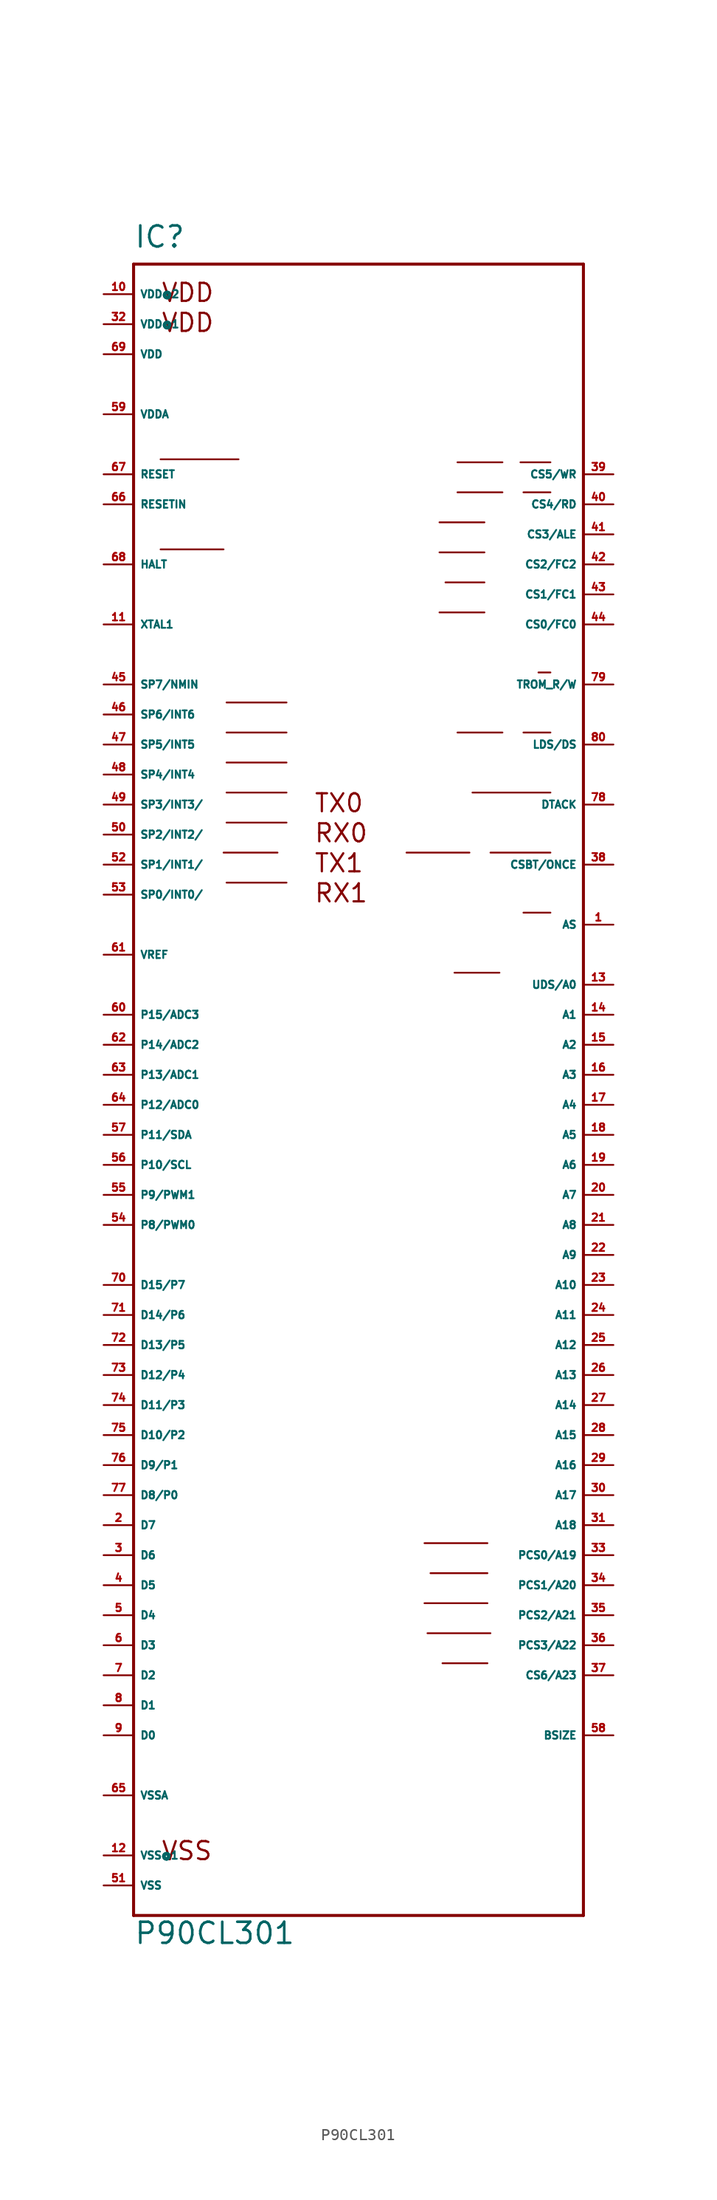
<source format=kicad_sym>
(kicad_symbol_lib
  (version 20220914)
  (generator Eagle2Kicad)
  (symbol "P90CL301"
    (property "Reference" "IC"
      (at -17.78 74.93 0)
      (effects (font (size 1.778 1.778) (thickness 0.22)) (justify left bottom)))
    (property "Value" "P90CL301"
      (at -17.78 -68.58 0)
      (effects (font (size 1.778 1.778) (thickness 0.22)) (justify left bottom)))
    (polyline
      (pts (xy -17.78 73.66) (xy 20.32 73.66))
      (stroke (width 0.254) (type default))
      (fill (type none)))
    (polyline
      (pts (xy 20.32 73.66) (xy 20.32 -66.04))
      (stroke (width 0.254) (type default))
      (fill (type none)))
    (polyline
      (pts (xy 20.32 -66.04) (xy -17.78 -66.04))
      (stroke (width 0.254) (type default))
      (fill (type none)))
    (polyline
      (pts (xy -17.78 -66.04) (xy -17.78 73.66))
      (stroke (width 0.254) (type default))
      (fill (type none)))
    (polyline
      (pts (xy -15.494 57.15) (xy -8.89 57.15))
      (stroke (width 0.152) (type default))
      (fill (type none)))
    (polyline
      (pts (xy -15.494 49.53) (xy -10.16 49.53))
      (stroke (width 0.152) (type default))
      (fill (type none)))
    (polyline
      (pts (xy -9.906 34.036) (xy -4.826 34.036))
      (stroke (width 0.152) (type default))
      (fill (type none)))
    (polyline
      (pts (xy -9.906 36.576) (xy -4.826 36.576))
      (stroke (width 0.152) (type default))
      (fill (type none)))
    (polyline
      (pts (xy -9.906 31.496) (xy -4.826 31.496))
      (stroke (width 0.152) (type default))
      (fill (type none)))
    (polyline
      (pts (xy -9.906 28.956) (xy -4.826 28.956))
      (stroke (width 0.152) (type default))
      (fill (type none)))
    (polyline
      (pts (xy -9.906 26.416) (xy -4.826 26.416))
      (stroke (width 0.152) (type default))
      (fill (type none)))
    (polyline
      (pts (xy -10.16 23.876) (xy -5.588 23.876))
      (stroke (width 0.152) (type default))
      (fill (type none)))
    (polyline
      (pts (xy -9.906 21.336) (xy -4.826 21.336))
      (stroke (width 0.152) (type default))
      (fill (type none)))
    (polyline
      (pts (xy 9.652 56.896) (xy 13.462 56.896))
      (stroke (width 0.152) (type default))
      (fill (type none)))
    (polyline
      (pts (xy 9.652 54.356) (xy 13.462 54.356))
      (stroke (width 0.152) (type default))
      (fill (type none)))
    (polyline
      (pts (xy 8.128 51.816) (xy 11.938 51.816))
      (stroke (width 0.152) (type default))
      (fill (type none)))
    (polyline
      (pts (xy 8.128 49.276) (xy 11.938 49.276))
      (stroke (width 0.152) (type default))
      (fill (type none)))
    (polyline
      (pts (xy 8.636 46.736) (xy 11.938 46.736))
      (stroke (width 0.152) (type default))
      (fill (type none)))
    (polyline
      (pts (xy 8.128 44.196) (xy 11.938 44.196))
      (stroke (width 0.152) (type default))
      (fill (type none)))
    (polyline
      (pts (xy 16.51 39.116) (xy 17.526 39.116))
      (stroke (width 0.152) (type default))
      (fill (type none)))
    (polyline
      (pts (xy 9.652 34.036) (xy 13.462 34.036))
      (stroke (width 0.152) (type default))
      (fill (type none)))
    (polyline
      (pts (xy 10.922 28.956) (xy 17.526 28.956))
      (stroke (width 0.152) (type default))
      (fill (type none)))
    (polyline
      (pts (xy 5.334 23.876) (xy 10.668 23.876))
      (stroke (width 0.152) (type default))
      (fill (type none)))
    (polyline
      (pts (xy 15.24 18.796) (xy 17.526 18.796))
      (stroke (width 0.152) (type default))
      (fill (type none)))
    (polyline
      (pts (xy 12.192 -44.704) (xy 8.382 -44.704))
      (stroke (width 0.152) (type default))
      (fill (type none)))
    (polyline
      (pts (xy 12.446 23.876) (xy 17.526 23.876))
      (stroke (width 0.152) (type default))
      (fill (type none)))
    (polyline
      (pts (xy 12.446 -42.164) (xy 7.112 -42.164))
      (stroke (width 0.152) (type default))
      (fill (type none)))
    (polyline
      (pts (xy 12.192 -39.624) (xy 6.858 -39.624))
      (stroke (width 0.152) (type default))
      (fill (type none)))
    (polyline
      (pts (xy 12.192 -37.084) (xy 7.366 -37.084))
      (stroke (width 0.152) (type default))
      (fill (type none)))
    (polyline
      (pts (xy 12.192 -34.544) (xy 6.858 -34.544))
      (stroke (width 0.152) (type default))
      (fill (type none)))
    (polyline
      (pts (xy 14.986 56.896) (xy 17.526 56.896))
      (stroke (width 0.152) (type default))
      (fill (type none)))
    (polyline
      (pts (xy 15.24 54.356) (xy 17.526 54.356))
      (stroke (width 0.152) (type default))
      (fill (type none)))
    (polyline
      (pts (xy 15.24 34.036) (xy 17.526 34.036))
      (stroke (width 0.152) (type default))
      (fill (type none)))
    (polyline
      (pts (xy 13.208 13.716) (xy 9.398 13.716))
      (stroke (width 0.152) (type default))
      (fill (type none)))
    (text "TX0"
      (at -2.54 27.178 0)
      (effects (font (size 1.524 1.524) (thickness 0.19)) (justify left bottom)))
    (text "RX0"
      (at -2.54 24.638 0)
      (effects (font (size 1.524 1.524) (thickness 0.19)) (justify left bottom)))
    (text "TX1"
      (at -2.54 22.098 0)
      (effects (font (size 1.524 1.524) (thickness 0.19)) (justify left bottom)))
    (text "RX1"
      (at -2.54 19.558 0)
      (effects (font (size 1.524 1.524) (thickness 0.19)) (justify left bottom)))
    (text "VSS"
      (at -15.494 -61.468 0)
      (effects (font (size 1.524 1.524) (thickness 0.19)) (justify left bottom)))
    (text "VDD "
      (at -15.494 67.818 0)
      (effects (font (size 1.524 1.524) (thickness 0.19)) (justify left bottom)))
    (text "VDD  "
      (at -15.494 70.358 0)
      (effects (font (size 1.524 1.524) (thickness 0.19)) (justify left bottom)))
    (pin bidirectional line
      (at -20.32 48.26 0)
      (length 2.54)
      (name "HALT" (effects (font (size 0.635 0.635) (thickness 0.08)) (justify left bottom)))
      (number "68" (effects (font (size 0.635 0.635) (thickness 0.08)) (justify left bottom))))
    (pin bidirectional line
      (at -20.32 55.88 0)
      (length 2.54)
      (name "RESET" (effects (font (size 0.635 0.635) (thickness 0.08)) (justify left bottom)))
      (number "67" (effects (font (size 0.635 0.635) (thickness 0.08)) (justify left bottom))))
    (pin input line
      (at -20.32 53.34 0)
      (length 2.54)
      (name "RESETIN" (effects (font (size 0.635 0.635) (thickness 0.08)) (justify left bottom)))
      (number "66" (effects (font (size 0.635 0.635) (thickness 0.08)) (justify left bottom))))
    (pin input line
      (at -20.32 43.18 0)
      (length 2.54)
      (name "XTAL1" (effects (font (size 0.635 0.635) (thickness 0.08)) (justify left bottom)))
      (number "11" (effects (font (size 0.635 0.635) (thickness 0.08)) (justify left bottom))))
    (pin bidirectional line
      (at -20.32 20.32 0)
      (length 2.54)
      (name "SP0/INT0/" (effects (font (size 0.635 0.635) (thickness 0.08)) (justify left bottom)))
      (number "53" (effects (font (size 0.635 0.635) (thickness 0.08)) (justify left bottom))))
    (pin bidirectional line
      (at -20.32 22.86 0)
      (length 2.54)
      (name "SP1/INT1/" (effects (font (size 0.635 0.635) (thickness 0.08)) (justify left bottom)))
      (number "52" (effects (font (size 0.635 0.635) (thickness 0.08)) (justify left bottom))))
    (pin bidirectional line
      (at -20.32 25.4 0)
      (length 2.54)
      (name "SP2/INT2/" (effects (font (size 0.635 0.635) (thickness 0.08)) (justify left bottom)))
      (number "50" (effects (font (size 0.635 0.635) (thickness 0.08)) (justify left bottom))))
    (pin bidirectional line
      (at -20.32 27.94 0)
      (length 2.54)
      (name "SP3/INT3/" (effects (font (size 0.635 0.635) (thickness 0.08)) (justify left bottom)))
      (number "49" (effects (font (size 0.635 0.635) (thickness 0.08)) (justify left bottom))))
    (pin bidirectional line
      (at -20.32 30.48 0)
      (length 2.54)
      (name "SP4/INT4" (effects (font (size 0.635 0.635) (thickness 0.08)) (justify left bottom)))
      (number "48" (effects (font (size 0.635 0.635) (thickness 0.08)) (justify left bottom))))
    (pin bidirectional line
      (at -20.32 33.02 0)
      (length 2.54)
      (name "SP5/INT5" (effects (font (size 0.635 0.635) (thickness 0.08)) (justify left bottom)))
      (number "47" (effects (font (size 0.635 0.635) (thickness 0.08)) (justify left bottom))))
    (pin bidirectional line
      (at -20.32 35.56 0)
      (length 2.54)
      (name "SP6/INT6" (effects (font (size 0.635 0.635) (thickness 0.08)) (justify left bottom)))
      (number "46" (effects (font (size 0.635 0.635) (thickness 0.08)) (justify left bottom))))
    (pin bidirectional line
      (at -20.32 38.1 0)
      (length 2.54)
      (name "SP7/NMIN" (effects (font (size 0.635 0.635) (thickness 0.08)) (justify left bottom)))
      (number "45" (effects (font (size 0.635 0.635) (thickness 0.08)) (justify left bottom))))
    (pin bidirectional line
      (at -20.32 -7.62 0)
      (length 2.54)
      (name "P8/PWM0" (effects (font (size 0.635 0.635) (thickness 0.08)) (justify left bottom)))
      (number "54" (effects (font (size 0.635 0.635) (thickness 0.08)) (justify left bottom))))
    (pin bidirectional line
      (at -20.32 -5.08 0)
      (length 2.54)
      (name "P9/PWM1" (effects (font (size 0.635 0.635) (thickness 0.08)) (justify left bottom)))
      (number "55" (effects (font (size 0.635 0.635) (thickness 0.08)) (justify left bottom))))
    (pin bidirectional line
      (at -20.32 -2.54 0)
      (length 2.54)
      (name "P10/SCL" (effects (font (size 0.635 0.635) (thickness 0.08)) (justify left bottom)))
      (number "56" (effects (font (size 0.635 0.635) (thickness 0.08)) (justify left bottom))))
    (pin bidirectional line
      (at -20.32 0 0)
      (length 2.54)
      (name "P11/SDA" (effects (font (size 0.635 0.635) (thickness 0.08)) (justify left bottom)))
      (number "57" (effects (font (size 0.635 0.635) (thickness 0.08)) (justify left bottom))))
    (pin bidirectional line
      (at -20.32 2.54 0)
      (length 2.54)
      (name "P12/ADC0" (effects (font (size 0.635 0.635) (thickness 0.08)) (justify left bottom)))
      (number "64" (effects (font (size 0.635 0.635) (thickness 0.08)) (justify left bottom))))
    (pin bidirectional line
      (at -20.32 5.08 0)
      (length 2.54)
      (name "P13/ADC1" (effects (font (size 0.635 0.635) (thickness 0.08)) (justify left bottom)))
      (number "63" (effects (font (size 0.635 0.635) (thickness 0.08)) (justify left bottom))))
    (pin bidirectional line
      (at -20.32 7.62 0)
      (length 2.54)
      (name "P14/ADC2" (effects (font (size 0.635 0.635) (thickness 0.08)) (justify left bottom)))
      (number "62" (effects (font (size 0.635 0.635) (thickness 0.08)) (justify left bottom))))
    (pin bidirectional line
      (at -20.32 10.16 0)
      (length 2.54)
      (name "P15/ADC3" (effects (font (size 0.635 0.635) (thickness 0.08)) (justify left bottom)))
      (number "60" (effects (font (size 0.635 0.635) (thickness 0.08)) (justify left bottom))))
    (pin output line
      (at 22.86 12.7 180)
      (length 2.54)
      (name "UDS/A0" (effects (font (size 0.635 0.635) (thickness 0.08)) (justify left bottom)))
      (number "13" (effects (font (size 0.635 0.635) (thickness 0.08)) (justify left bottom))))
    (pin output line
      (at 22.86 10.16 180)
      (length 2.54)
      (name "A1" (effects (font (size 0.635 0.635) (thickness 0.08)) (justify left bottom)))
      (number "14" (effects (font (size 0.635 0.635) (thickness 0.08)) (justify left bottom))))
    (pin output line
      (at 22.86 7.62 180)
      (length 2.54)
      (name "A2" (effects (font (size 0.635 0.635) (thickness 0.08)) (justify left bottom)))
      (number "15" (effects (font (size 0.635 0.635) (thickness 0.08)) (justify left bottom))))
    (pin output line
      (at 22.86 5.08 180)
      (length 2.54)
      (name "A3" (effects (font (size 0.635 0.635) (thickness 0.08)) (justify left bottom)))
      (number "16" (effects (font (size 0.635 0.635) (thickness 0.08)) (justify left bottom))))
    (pin output line
      (at 22.86 2.54 180)
      (length 2.54)
      (name "A4" (effects (font (size 0.635 0.635) (thickness 0.08)) (justify left bottom)))
      (number "17" (effects (font (size 0.635 0.635) (thickness 0.08)) (justify left bottom))))
    (pin output line
      (at 22.86 0 180)
      (length 2.54)
      (name "A5" (effects (font (size 0.635 0.635) (thickness 0.08)) (justify left bottom)))
      (number "18" (effects (font (size 0.635 0.635) (thickness 0.08)) (justify left bottom))))
    (pin output line
      (at 22.86 -2.54 180)
      (length 2.54)
      (name "A6" (effects (font (size 0.635 0.635) (thickness 0.08)) (justify left bottom)))
      (number "19" (effects (font (size 0.635 0.635) (thickness 0.08)) (justify left bottom))))
    (pin output line
      (at 22.86 -5.08 180)
      (length 2.54)
      (name "A7" (effects (font (size 0.635 0.635) (thickness 0.08)) (justify left bottom)))
      (number "20" (effects (font (size 0.635 0.635) (thickness 0.08)) (justify left bottom))))
    (pin output line
      (at 22.86 -7.62 180)
      (length 2.54)
      (name "A8" (effects (font (size 0.635 0.635) (thickness 0.08)) (justify left bottom)))
      (number "21" (effects (font (size 0.635 0.635) (thickness 0.08)) (justify left bottom))))
    (pin output line
      (at 22.86 -10.16 180)
      (length 2.54)
      (name "A9" (effects (font (size 0.635 0.635) (thickness 0.08)) (justify left bottom)))
      (number "22" (effects (font (size 0.635 0.635) (thickness 0.08)) (justify left bottom))))
    (pin output line
      (at 22.86 -12.7 180)
      (length 2.54)
      (name "A10" (effects (font (size 0.635 0.635) (thickness 0.08)) (justify left bottom)))
      (number "23" (effects (font (size 0.635 0.635) (thickness 0.08)) (justify left bottom))))
    (pin output line
      (at 22.86 -15.24 180)
      (length 2.54)
      (name "A11" (effects (font (size 0.635 0.635) (thickness 0.08)) (justify left bottom)))
      (number "24" (effects (font (size 0.635 0.635) (thickness 0.08)) (justify left bottom))))
    (pin output line
      (at 22.86 -17.78 180)
      (length 2.54)
      (name "A12" (effects (font (size 0.635 0.635) (thickness 0.08)) (justify left bottom)))
      (number "25" (effects (font (size 0.635 0.635) (thickness 0.08)) (justify left bottom))))
    (pin output line
      (at 22.86 -20.32 180)
      (length 2.54)
      (name "A13" (effects (font (size 0.635 0.635) (thickness 0.08)) (justify left bottom)))
      (number "26" (effects (font (size 0.635 0.635) (thickness 0.08)) (justify left bottom))))
    (pin output line
      (at 22.86 -22.86 180)
      (length 2.54)
      (name "A14" (effects (font (size 0.635 0.635) (thickness 0.08)) (justify left bottom)))
      (number "27" (effects (font (size 0.635 0.635) (thickness 0.08)) (justify left bottom))))
    (pin output line
      (at 22.86 -25.4 180)
      (length 2.54)
      (name "A15" (effects (font (size 0.635 0.635) (thickness 0.08)) (justify left bottom)))
      (number "28" (effects (font (size 0.635 0.635) (thickness 0.08)) (justify left bottom))))
    (pin output line
      (at 22.86 -27.94 180)
      (length 2.54)
      (name "A16" (effects (font (size 0.635 0.635) (thickness 0.08)) (justify left bottom)))
      (number "29" (effects (font (size 0.635 0.635) (thickness 0.08)) (justify left bottom))))
    (pin output line
      (at 22.86 -30.48 180)
      (length 2.54)
      (name "A17" (effects (font (size 0.635 0.635) (thickness 0.08)) (justify left bottom)))
      (number "30" (effects (font (size 0.635 0.635) (thickness 0.08)) (justify left bottom))))
    (pin output line
      (at 22.86 -33.02 180)
      (length 2.54)
      (name "A18" (effects (font (size 0.635 0.635) (thickness 0.08)) (justify left bottom)))
      (number "31" (effects (font (size 0.635 0.635) (thickness 0.08)) (justify left bottom))))
    (pin output line
      (at 22.86 -35.56 180)
      (length 2.54)
      (name "PCS0/A19" (effects (font (size 0.635 0.635) (thickness 0.08)) (justify left bottom)))
      (number "33" (effects (font (size 0.635 0.635) (thickness 0.08)) (justify left bottom))))
    (pin output line
      (at 22.86 -38.1 180)
      (length 2.54)
      (name "PCS1/A20" (effects (font (size 0.635 0.635) (thickness 0.08)) (justify left bottom)))
      (number "34" (effects (font (size 0.635 0.635) (thickness 0.08)) (justify left bottom))))
    (pin output line
      (at 22.86 -40.64 180)
      (length 2.54)
      (name "PCS2/A21" (effects (font (size 0.635 0.635) (thickness 0.08)) (justify left bottom)))
      (number "35" (effects (font (size 0.635 0.635) (thickness 0.08)) (justify left bottom))))
    (pin output line
      (at 22.86 -43.18 180)
      (length 2.54)
      (name "PCS3/A22" (effects (font (size 0.635 0.635) (thickness 0.08)) (justify left bottom)))
      (number "36" (effects (font (size 0.635 0.635) (thickness 0.08)) (justify left bottom))))
    (pin output line
      (at 22.86 -45.72 180)
      (length 2.54)
      (name "CS6/A23" (effects (font (size 0.635 0.635) (thickness 0.08)) (justify left bottom)))
      (number "37" (effects (font (size 0.635 0.635) (thickness 0.08)) (justify left bottom))))
    (pin bidirectional line
      (at -20.32 -50.8 0)
      (length 2.54)
      (name "D0" (effects (font (size 0.635 0.635) (thickness 0.08)) (justify left bottom)))
      (number "9" (effects (font (size 0.635 0.635) (thickness 0.08)) (justify left bottom))))
    (pin bidirectional line
      (at -20.32 -48.26 0)
      (length 2.54)
      (name "D1" (effects (font (size 0.635 0.635) (thickness 0.08)) (justify left bottom)))
      (number "8" (effects (font (size 0.635 0.635) (thickness 0.08)) (justify left bottom))))
    (pin bidirectional line
      (at -20.32 -45.72 0)
      (length 2.54)
      (name "D2" (effects (font (size 0.635 0.635) (thickness 0.08)) (justify left bottom)))
      (number "7" (effects (font (size 0.635 0.635) (thickness 0.08)) (justify left bottom))))
    (pin bidirectional line
      (at -20.32 -43.18 0)
      (length 2.54)
      (name "D3" (effects (font (size 0.635 0.635) (thickness 0.08)) (justify left bottom)))
      (number "6" (effects (font (size 0.635 0.635) (thickness 0.08)) (justify left bottom))))
    (pin bidirectional line
      (at -20.32 -40.64 0)
      (length 2.54)
      (name "D4" (effects (font (size 0.635 0.635) (thickness 0.08)) (justify left bottom)))
      (number "5" (effects (font (size 0.635 0.635) (thickness 0.08)) (justify left bottom))))
    (pin bidirectional line
      (at -20.32 -38.1 0)
      (length 2.54)
      (name "D5" (effects (font (size 0.635 0.635) (thickness 0.08)) (justify left bottom)))
      (number "4" (effects (font (size 0.635 0.635) (thickness 0.08)) (justify left bottom))))
    (pin bidirectional line
      (at -20.32 -35.56 0)
      (length 2.54)
      (name "D6" (effects (font (size 0.635 0.635) (thickness 0.08)) (justify left bottom)))
      (number "3" (effects (font (size 0.635 0.635) (thickness 0.08)) (justify left bottom))))
    (pin bidirectional line
      (at -20.32 -33.02 0)
      (length 2.54)
      (name "D7" (effects (font (size 0.635 0.635) (thickness 0.08)) (justify left bottom)))
      (number "2" (effects (font (size 0.635 0.635) (thickness 0.08)) (justify left bottom))))
    (pin bidirectional line
      (at -20.32 -30.48 0)
      (length 2.54)
      (name "D8/P0" (effects (font (size 0.635 0.635) (thickness 0.08)) (justify left bottom)))
      (number "77" (effects (font (size 0.635 0.635) (thickness 0.08)) (justify left bottom))))
    (pin bidirectional line
      (at -20.32 -27.94 0)
      (length 2.54)
      (name "D9/P1" (effects (font (size 0.635 0.635) (thickness 0.08)) (justify left bottom)))
      (number "76" (effects (font (size 0.635 0.635) (thickness 0.08)) (justify left bottom))))
    (pin bidirectional line
      (at -20.32 -25.4 0)
      (length 2.54)
      (name "D10/P2" (effects (font (size 0.635 0.635) (thickness 0.08)) (justify left bottom)))
      (number "75" (effects (font (size 0.635 0.635) (thickness 0.08)) (justify left bottom))))
    (pin bidirectional line
      (at -20.32 -22.86 0)
      (length 2.54)
      (name "D11/P3" (effects (font (size 0.635 0.635) (thickness 0.08)) (justify left bottom)))
      (number "74" (effects (font (size 0.635 0.635) (thickness 0.08)) (justify left bottom))))
    (pin bidirectional line
      (at -20.32 -20.32 0)
      (length 2.54)
      (name "D12/P4" (effects (font (size 0.635 0.635) (thickness 0.08)) (justify left bottom)))
      (number "73" (effects (font (size 0.635 0.635) (thickness 0.08)) (justify left bottom))))
    (pin bidirectional line
      (at -20.32 -17.78 0)
      (length 2.54)
      (name "D13/P5" (effects (font (size 0.635 0.635) (thickness 0.08)) (justify left bottom)))
      (number "72" (effects (font (size 0.635 0.635) (thickness 0.08)) (justify left bottom))))
    (pin bidirectional line
      (at -20.32 -15.24 0)
      (length 2.54)
      (name "D14/P6" (effects (font (size 0.635 0.635) (thickness 0.08)) (justify left bottom)))
      (number "71" (effects (font (size 0.635 0.635) (thickness 0.08)) (justify left bottom))))
    (pin bidirectional line
      (at -20.32 -12.7 0)
      (length 2.54)
      (name "D15/P7" (effects (font (size 0.635 0.635) (thickness 0.08)) (justify left bottom)))
      (number "70" (effects (font (size 0.635 0.635) (thickness 0.08)) (justify left bottom))))
    (pin output line
      (at 22.86 17.78 180)
      (length 2.54)
      (name "AS" (effects (font (size 0.635 0.635) (thickness 0.08)) (justify left bottom)))
      (number "1" (effects (font (size 0.635 0.635) (thickness 0.08)) (justify left bottom))))
    (pin bidirectional line
      (at 22.86 38.1 180)
      (length 2.54)
      (name "TROM_R/W" (effects (font (size 0.635 0.635) (thickness 0.08)) (justify left bottom)))
      (number "79" (effects (font (size 0.635 0.635) (thickness 0.08)) (justify left bottom))))
    (pin output line
      (at 22.86 55.88 180)
      (length 2.54)
      (name "CS5/WR" (effects (font (size 0.635 0.635) (thickness 0.08)) (justify left bottom)))
      (number "39" (effects (font (size 0.635 0.635) (thickness 0.08)) (justify left bottom))))
    (pin output line
      (at 22.86 27.94 180)
      (length 2.54)
      (name "DTACK" (effects (font (size 0.635 0.635) (thickness 0.08)) (justify left bottom)))
      (number "78" (effects (font (size 0.635 0.635) (thickness 0.08)) (justify left bottom))))
    (pin output line
      (at 22.86 -50.8 180)
      (length 2.54)
      (name "BSIZE" (effects (font (size 0.635 0.635) (thickness 0.08)) (justify left bottom)))
      (number "58" (effects (font (size 0.635 0.635) (thickness 0.08)) (justify left bottom))))
    (pin passive line
      (at -20.32 15.24 0)
      (length 2.54)
      (name "VREF" (effects (font (size 0.635 0.635) (thickness 0.08)) (justify left bottom)))
      (number "61" (effects (font (size 0.635 0.635) (thickness 0.08)) (justify left bottom))))
    (pin output line
      (at 22.86 33.02 180)
      (length 2.54)
      (name "LDS/DS" (effects (font (size 0.635 0.635) (thickness 0.08)) (justify left bottom)))
      (number "80" (effects (font (size 0.635 0.635) (thickness 0.08)) (justify left bottom))))
    (pin unspecified line
      (at -20.32 71.12 0)
      (length 2.54)
      (name "VDD@2" (effects (font (size 0.635 0.635) (thickness 0.08)) (justify left bottom)))
      (number "10" (effects (font (size 0.635 0.635) (thickness 0.08)) (justify left bottom))))
    (pin unspecified line
      (at -20.32 66.04 0)
      (length 2.54)
      (name "VDD" (effects (font (size 0.635 0.635) (thickness 0.08)) (justify left bottom)))
      (number "69" (effects (font (size 0.635 0.635) (thickness 0.08)) (justify left bottom))))
    (pin unspecified line
      (at -20.32 68.58 0)
      (length 2.54)
      (name "VDD@1" (effects (font (size 0.635 0.635) (thickness 0.08)) (justify left bottom)))
      (number "32" (effects (font (size 0.635 0.635) (thickness 0.08)) (justify left bottom))))
    (pin unspecified line
      (at -20.32 -60.96 0)
      (length 2.54)
      (name "VSS@1" (effects (font (size 0.635 0.635) (thickness 0.08)) (justify left bottom)))
      (number "12" (effects (font (size 0.635 0.635) (thickness 0.08)) (justify left bottom))))
    (pin unspecified line
      (at -20.32 -63.5 0)
      (length 2.54)
      (name "VSS" (effects (font (size 0.635 0.635) (thickness 0.08)) (justify left bottom)))
      (number "51" (effects (font (size 0.635 0.635) (thickness 0.08)) (justify left bottom))))
    (pin bidirectional line
      (at 22.86 43.18 180)
      (length 2.54)
      (name "CS0/FC0" (effects (font (size 0.635 0.635) (thickness 0.08)) (justify left bottom)))
      (number "44" (effects (font (size 0.635 0.635) (thickness 0.08)) (justify left bottom))))
    (pin bidirectional line
      (at 22.86 45.72 180)
      (length 2.54)
      (name "CS1/FC1" (effects (font (size 0.635 0.635) (thickness 0.08)) (justify left bottom)))
      (number "43" (effects (font (size 0.635 0.635) (thickness 0.08)) (justify left bottom))))
    (pin bidirectional line
      (at 22.86 48.26 180)
      (length 2.54)
      (name "CS2/FC2" (effects (font (size 0.635 0.635) (thickness 0.08)) (justify left bottom)))
      (number "42" (effects (font (size 0.635 0.635) (thickness 0.08)) (justify left bottom))))
    (pin output line
      (at 22.86 50.8 180)
      (length 2.54)
      (name "CS3/ALE" (effects (font (size 0.635 0.635) (thickness 0.08)) (justify left bottom)))
      (number "41" (effects (font (size 0.635 0.635) (thickness 0.08)) (justify left bottom))))
    (pin output line
      (at 22.86 53.34 180)
      (length 2.54)
      (name "CS4/RD" (effects (font (size 0.635 0.635) (thickness 0.08)) (justify left bottom)))
      (number "40" (effects (font (size 0.635 0.635) (thickness 0.08)) (justify left bottom))))
    (pin bidirectional line
      (at 22.86 22.86 180)
      (length 2.54)
      (name "CSBT/ONCE" (effects (font (size 0.635 0.635) (thickness 0.08)) (justify left bottom)))
      (number "38" (effects (font (size 0.635 0.635) (thickness 0.08)) (justify left bottom))))
    (pin unspecified line
      (at -20.32 60.96 0)
      (length 2.54)
      (name "VDDA" (effects (font (size 0.635 0.635) (thickness 0.08)) (justify left bottom)))
      (number "59" (effects (font (size 0.635 0.635) (thickness 0.08)) (justify left bottom))))
    (pin unspecified line
      (at -20.32 -55.88 0)
      (length 2.54)
      (name "VSSA" (effects (font (size 0.635 0.635) (thickness 0.08)) (justify left bottom)))
      (number "65" (effects (font (size 0.635 0.635) (thickness 0.08)) (justify left bottom))))))
</source>
